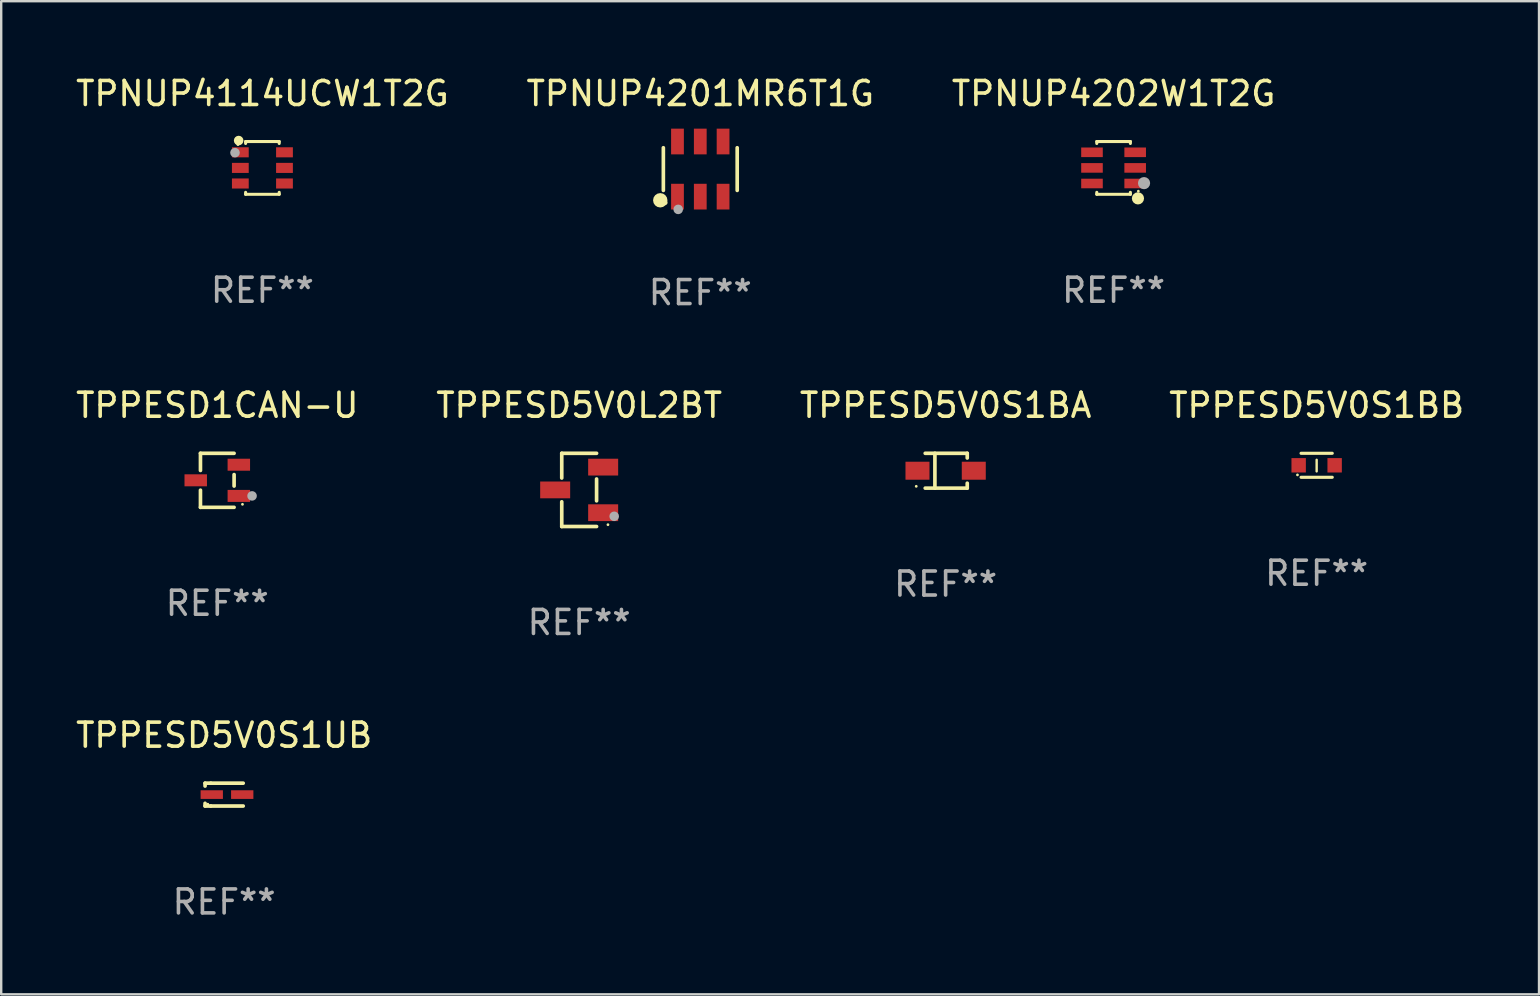
<source format=kicad_pcb>
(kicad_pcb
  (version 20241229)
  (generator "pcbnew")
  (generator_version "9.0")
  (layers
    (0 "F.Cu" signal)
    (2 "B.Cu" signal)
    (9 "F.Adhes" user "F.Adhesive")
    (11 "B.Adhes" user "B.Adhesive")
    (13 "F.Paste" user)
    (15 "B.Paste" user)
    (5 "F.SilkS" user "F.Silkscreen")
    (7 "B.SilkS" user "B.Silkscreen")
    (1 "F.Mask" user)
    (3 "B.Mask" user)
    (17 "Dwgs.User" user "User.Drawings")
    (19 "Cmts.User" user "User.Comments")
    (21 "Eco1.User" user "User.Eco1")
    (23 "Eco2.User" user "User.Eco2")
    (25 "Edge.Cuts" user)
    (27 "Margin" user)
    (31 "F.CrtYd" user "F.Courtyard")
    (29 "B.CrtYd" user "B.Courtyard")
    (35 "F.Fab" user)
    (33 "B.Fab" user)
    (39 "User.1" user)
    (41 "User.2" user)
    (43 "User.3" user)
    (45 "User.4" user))
  (footprint "TPPESD5V0S1BA"
    (layer "F.Cu")
    (at 36.363 16.569)
    (property "Reference" "TPPESD5V0S1BA" (at 0 -2.726 0) (layer "F.SilkS") (effects (font (size 1 1) (thickness 0.15))))
    (attr through_hole)
    (fp_line (start -0.851 -0.726) (end 0.901 -0.726) (stroke (width 0.152) (type solid)) (layer "F.SilkS"))
    (fp_line (start -0.851 0.726) (end 0.901 0.726) (stroke (width 0.152) (type solid)) (layer "F.SilkS"))
    (fp_line (start -0.447 -0.726) (end -0.447 0.726) (stroke (width 0.152) (type solid)) (layer "F.SilkS"))
    (fp_line (start 0.901 -0.726) (end 0.901 -0.53) (stroke (width 0.152) (type solid)) (layer "F.SilkS"))
    (fp_line (start 0.901 0.726) (end 0.901 0.52) (stroke (width 0.152) (type solid)) (layer "F.SilkS"))
    (fp_circle (center -1.225 0.65) (end -1.195 0.65) (stroke (width 0.06) (type solid)) (fill no) (layer "F.SilkS"))
    (fp_text user "REF**" (at 0 4.726 0) (layer "F.Fab") (effects (font (size 1 1) (thickness 0.15))))
    (pad "1" smd rect (at -1.173 0) (size 1 0.75) (layers "F.Cu" "F.Mask" "F.Paste"))
    (pad "2" smd rect (at 1.173 0) (size 1 0.75) (layers "F.Cu" "F.Mask" "F.Paste")))
  (footprint "TPPESD5V0L2BT"
    (layer "F.Cu")
    (at 21.089 17.369)
    (property "Reference" "TPPESD5V0L2BT" (at 0 -3.526 0) (layer "F.SilkS") (effects (font (size 1 1) (thickness 0.15))))
    (attr through_hole)
    (fp_line (start -0.726 -1.526) (end -0.726 -0.495) (stroke (width 0.152) (type solid)) (layer "F.SilkS"))
    (fp_line (start -0.726 1.526) (end -0.726 0.495) (stroke (width 0.152) (type solid)) (layer "F.SilkS"))
    (fp_line (start 0.726 -1.526) (end -0.726 -1.526) (stroke (width 0.152) (type solid)) (layer "F.SilkS"))
    (fp_line (start 0.726 -0.455) (end 0.726 0.455) (stroke (width 0.152) (type solid)) (layer "F.SilkS"))
    (fp_line (start 0.726 1.526) (end -0.726 1.526) (stroke (width 0.152) (type solid)) (layer "F.SilkS"))
    (fp_circle (center 1.2 1.45) (end 1.23 1.45) (stroke (width 0.06) (type solid)) (fill no) (layer "F.SilkS"))
    (fp_circle (center 1.46 1.1) (end 1.56 1.1) (stroke (width 0.2) (type solid)) (fill no) (layer "F.Fab"))
    (fp_text user "REF**" (at 0 5.526 0) (layer "F.Fab") (effects (font (size 1 1) (thickness 0.15))))
    (pad "1" smd rect (at 1 0.95) (size 1.25 0.7) (layers "F.Cu" "F.Mask" "F.Paste"))
    (pad "2" smd rect (at 1 -0.95) (size 1.25 0.7) (layers "F.Cu" "F.Mask" "F.Paste"))
    (pad "3" smd rect (at -1 0) (size 1.25 0.7) (layers "F.Cu" "F.Mask" "F.Paste")))
  (footprint "TPPESD5V0S1UB"
    (layer "F.Cu")
    (at 6.292 30.068)
    (property "Reference" "TPPESD5V0S1UB" (at 0 -2.476 0) (layer "F.SilkS") (effects (font (size 1 1) (thickness 0.15))))
    (attr through_hole)
    (fp_line (start -0.795 -0.476) (end -0.795 -0.356) (stroke (width 0.152) (type solid)) (layer "F.SilkS"))
    (fp_line (start -0.795 0.363) (end -0.795 0.476) (stroke (width 0.152) (type solid)) (layer "F.SilkS"))
    (fp_line (start -0.795 0.476) (end -0.557 0.476) (stroke (width 0.152) (type solid)) (layer "F.SilkS"))
    (fp_line (start -0.557 -0.476) (end -0.795 -0.476) (stroke (width 0.152) (type solid)) (layer "F.SilkS"))
    (fp_line (start -0.557 -0.476) (end 0.795 -0.476) (stroke (width 0.152) (type solid)) (layer "F.SilkS"))
    (fp_line (start -0.557 0.476) (end 0.795 0.476) (stroke (width 0.152) (type solid)) (layer "F.SilkS"))
    (fp_circle (center -0.681 0.4) (end -0.651 0.4) (stroke (width 0.06) (type solid)) (fill no) (layer "F.SilkS"))
    (fp_text user "REF**" (at 0 4.476 0) (layer "F.Fab") (effects (font (size 1 1) (thickness 0.15))))
    (pad "1" smd rect (at -0.516 0 180) (size 0.93 0.36) (layers "F.Cu" "F.Mask" "F.Paste"))
    (pad "2" smd rect (at 0.754 0 180) (size 0.93 0.36) (layers "F.Cu" "F.Mask" "F.Paste")))
  (footprint "TPNUP4202W1T2G"
    (layer "F.Cu")
    (at 43.363 3.948)
    (property "Reference" "TPNUP4202W1T2G" (at 0 -3.1 0) (layer "F.SilkS") (effects (font (size 1 1) (thickness 0.15))))
    (attr through_hole)
    (fp_line (start -0.7 -1.018) (end -0.7 -1.1) (stroke (width 0.127) (type solid)) (layer "F.SilkS"))
    (fp_line (start -0.7 1.1) (end -0.7 1.018) (stroke (width 0.127) (type solid)) (layer "F.SilkS"))
    (fp_line (start 0.7 -1.1) (end -0.7 -1.1) (stroke (width 0.127) (type solid)) (layer "F.SilkS"))
    (fp_line (start 0.7 -1.018) (end 0.7 -1.1) (stroke (width 0.127) (type solid)) (layer "F.SilkS"))
    (fp_line (start 0.7 1.1) (end -0.7 1.1) (stroke (width 0.127) (type solid)) (layer "F.SilkS"))
    (fp_line (start 0.7 1.1) (end 0.7 1.018) (stroke (width 0.127) (type solid)) (layer "F.SilkS"))
    (fp_circle (center 1.016 1.27) (end 1.143 1.27) (stroke (width 0.254) (type solid)) (fill no) (layer "F.SilkS"))
    (fp_circle (center 1.032 0.97) (end 1.062 0.97) (stroke (width 0.06) (type solid)) (fill no) (layer "F.SilkS"))
    (fp_circle (center 1.27 0.635) (end 1.397 0.635) (stroke (width 0.254) (type solid)) (fill no) (layer "F.Fab"))
    (fp_text user "REF**" (at 0 5.1 0) (layer "F.Fab") (effects (font (size 1 1) (thickness 0.15))))
    (pad "1" smd rect (at 0.9 0.65 90) (size 0.4 0.9) (layers "F.Cu" "F.Mask" "F.Paste"))
    (pad "2" smd rect (at 0.9 -0.000102 90) (size 0.4 0.9) (layers "F.Cu" "F.Mask" "F.Paste"))
    (pad "3" smd rect (at 0.9 -0.65 90) (size 0.4 0.9) (layers "F.Cu" "F.Mask" "F.Paste"))
    (pad "4" smd rect (at -0.9 -0.65 90) (size 0.4 0.9) (layers "F.Cu" "F.Mask" "F.Paste"))
    (pad "5" smd rect (at -0.9 -0.000102 90) (size 0.4 0.9) (layers "F.Cu" "F.Mask" "F.Paste"))
    (pad "6" smd rect (at -0.9 0.65 90) (size 0.4 0.9) (layers "F.Cu" "F.Mask" "F.Paste")))
  (footprint "TPNUP4114UCW1T2G"
    (layer "F.Cu")
    (at 7.887 3.948)
    (property "Reference" "TPNUP4114UCW1T2G" (at 0 -3.1 0) (layer "F.SilkS") (effects (font (size 1 1) (thickness 0.15))))
    (attr through_hole)
    (fp_line (start -0.7 -1.1) (end -0.7 -1.018) (stroke (width 0.127) (type solid)) (layer "F.SilkS"))
    (fp_line (start -0.7 -1.1) (end 0.7 -1.1) (stroke (width 0.127) (type solid)) (layer "F.SilkS"))
    (fp_line (start -0.7 1.018) (end -0.7 1.1) (stroke (width 0.127) (type solid)) (layer "F.SilkS"))
    (fp_line (start -0.7 1.1) (end 0.7 1.1) (stroke (width 0.127) (type solid)) (layer "F.SilkS"))
    (fp_line (start 0.7 -1.1) (end 0.7 -1.018) (stroke (width 0.127) (type solid)) (layer "F.SilkS"))
    (fp_line (start 0.7 1.018) (end 0.7 1.1) (stroke (width 0.127) (type solid)) (layer "F.SilkS"))
    (fp_circle (center -1.02 -0.97) (end -0.99 -0.97) (stroke (width 0.06) (type solid)) (fill no) (layer "F.SilkS"))
    (fp_circle (center -0.99 -1.14) (end -0.89 -1.14) (stroke (width 0.2) (type solid)) (fill no) (layer "F.SilkS"))
    (fp_circle (center -1.143 -0.635) (end -1.043 -0.635) (stroke (width 0.2) (type solid)) (fill no) (layer "F.Fab"))
    (fp_text user "REF**" (at 0 5.1 0) (layer "F.Fab") (effects (font (size 1 1) (thickness 0.15))))
    (pad "1" smd rect (at -0.92 -0.65) (size 0.7 0.42) (layers "F.Cu" "F.Mask" "F.Paste"))
    (pad "2" smd rect (at -0.92 0.000127) (size 0.7 0.42) (layers "F.Cu" "F.Mask" "F.Paste"))
    (pad "3" smd rect (at -0.92 0.65) (size 0.7 0.42) (layers "F.Cu" "F.Mask" "F.Paste"))
    (pad "4" smd rect (at 0.92 0.65) (size 0.7 0.42) (layers "F.Cu" "F.Mask" "F.Paste"))
    (pad "5" smd rect (at 0.92 0.000127) (size 0.7 0.42) (layers "F.Cu" "F.Mask" "F.Paste"))
    (pad "6" smd rect (at 0.92 -0.65) (size 0.7 0.42) (layers "F.Cu" "F.Mask" "F.Paste")))
  (footprint "TPNUP4201MR6T1G"
    (layer "F.Cu")
    (at 26.137 3.997)
    (property "Reference" "TPNUP4201MR6T1G" (at 0 -3.149 0) (layer "F.SilkS") (effects (font (size 1 1) (thickness 0.15))))
    (attr through_hole)
    (fp_line (start -1.539 0.889) (end -1.539 -0.889) (stroke (width 0.152) (type solid)) (layer "F.SilkS"))
    (fp_line (start 1.539 0.889) (end 1.539 -0.889) (stroke (width 0.152) (type solid)) (layer "F.SilkS"))
    (fp_circle (center -1.668 1.301) (end -1.518 1.301) (stroke (width 0.3) (type solid)) (fill no) (layer "F.SilkS"))
    (fp_circle (center -1.463 1.4) (end -1.413 1.4) (stroke (width 0.1) (type solid)) (fill no) (layer "F.SilkS"))
    (fp_circle (center -0.92 1.68) (end -0.82 1.68) (stroke (width 0.2) (type solid)) (fill no) (layer "F.Fab"))
    (fp_text user "REF**" (at 0 5.149 0) (layer "F.Fab") (effects (font (size 1 1) (thickness 0.15))))
    (pad "1" smd rect (at -0.95 1.149) (size 0.532 1.072) (layers "F.Cu" "F.Mask" "F.Paste"))
    (pad "2" smd rect (at 0 1.149) (size 0.532 1.072) (layers "F.Cu" "F.Mask" "F.Paste"))
    (pad "3" smd rect (at 0.95 1.149) (size 0.532 1.072) (layers "F.Cu" "F.Mask" "F.Paste"))
    (pad "4" smd rect (at 0.95 -1.149) (size 0.532 1.072) (layers "F.Cu" "F.Mask" "F.Paste"))
    (pad "5" smd rect (at 0 -1.149) (size 0.532 1.072) (layers "F.Cu" "F.Mask" "F.Paste"))
    (pad "6" smd rect (at -0.95 -1.149) (size 0.532 1.072) (layers "F.Cu" "F.Mask" "F.Paste")))
  (footprint "TPPESD5V0S1BB"
    (layer "F.Cu")
    (at 51.827 16.343)
    (property "Reference" "TPPESD5V0S1BB" (at 0 -2.5 0) (layer "F.SilkS") (effects (font (size 1 1) (thickness 0.15))))
    (attr through_hole)
    (fp_line (start -0.65 -0.5) (end 0.65 -0.5) (stroke (width 0.13) (type solid)) (layer "F.SilkS"))
    (fp_line (start -0.65 0.5) (end 0.65 0.5) (stroke (width 0.13) (type solid)) (layer "F.SilkS"))
    (fp_line (start 0 -0.229) (end 0 0.254) (stroke (width 0.1) (type solid)) (layer "F.SilkS"))
    (fp_circle (center -0.8 0.4) (end -0.77 0.4) (stroke (width 0.06) (type solid)) (fill no) (layer "F.SilkS"))
    (fp_text user "REF**" (at 0 4.5 0) (layer "F.Fab") (effects (font (size 1 1) (thickness 0.15))))
    (pad "1" smd rect (at -0.75 0) (size 0.6 0.6) (layers "F.Cu" "F.Mask" "F.Paste"))
    (pad "2" smd rect (at 0.75 0 180) (size 0.6 0.6) (layers "F.Cu" "F.Mask" "F.Paste")))
  (footprint "TPPESD1CAN-U"
    (layer "F.Cu")
    (at 6.006 16.969)
    (property "Reference" "TPPESD1CAN-U" (at 0 -3.126 0) (layer "F.SilkS") (effects (font (size 1 1) (thickness 0.15))))
    (attr through_hole)
    (fp_line (start -0.701 -1.126) (end -0.701 -0.411) (stroke (width 0.152) (type solid)) (layer "F.SilkS"))
    (fp_line (start -0.701 1.126) (end -0.701 0.411) (stroke (width 0.152) (type solid)) (layer "F.SilkS"))
    (fp_line (start 0.701 -1.126) (end -0.701 -1.126) (stroke (width 0.152) (type solid)) (layer "F.SilkS"))
    (fp_line (start 0.701 -0.239) (end 0.701 0.239) (stroke (width 0.152) (type solid)) (layer "F.SilkS"))
    (fp_line (start 0.701 1.126) (end -0.701 1.126) (stroke (width 0.152) (type solid)) (layer "F.SilkS"))
    (fp_circle (center 1.05 1) (end 1.08 1) (stroke (width 0.06) (type solid)) (fill no) (layer "F.SilkS"))
    (fp_circle (center 1.45 0.65) (end 1.55 0.65) (stroke (width 0.2) (type solid)) (fill no) (layer "F.Fab"))
    (fp_text user "REF**" (at 0 5.126 0) (layer "F.Fab") (effects (font (size 1 1) (thickness 0.15))))
    (pad "1" smd rect (at 0.898 0.65) (size 0.936 0.5) (layers "F.Cu" "F.Mask" "F.Paste"))
    (pad "2" smd rect (at 0.898 -0.65) (size 0.936 0.5) (layers "F.Cu" "F.Mask" "F.Paste"))
    (pad "3" smd rect (at -0.898 0) (size 0.936 0.5) (layers "F.Cu" "F.Mask" "F.Paste")))
  (gr_rect
    (start -3 -3)
    (end 61.095 38.393)
    (stroke (width 0.1) (type default))
    (fill no)
    (layer "Edge.Cuts")))
</source>
